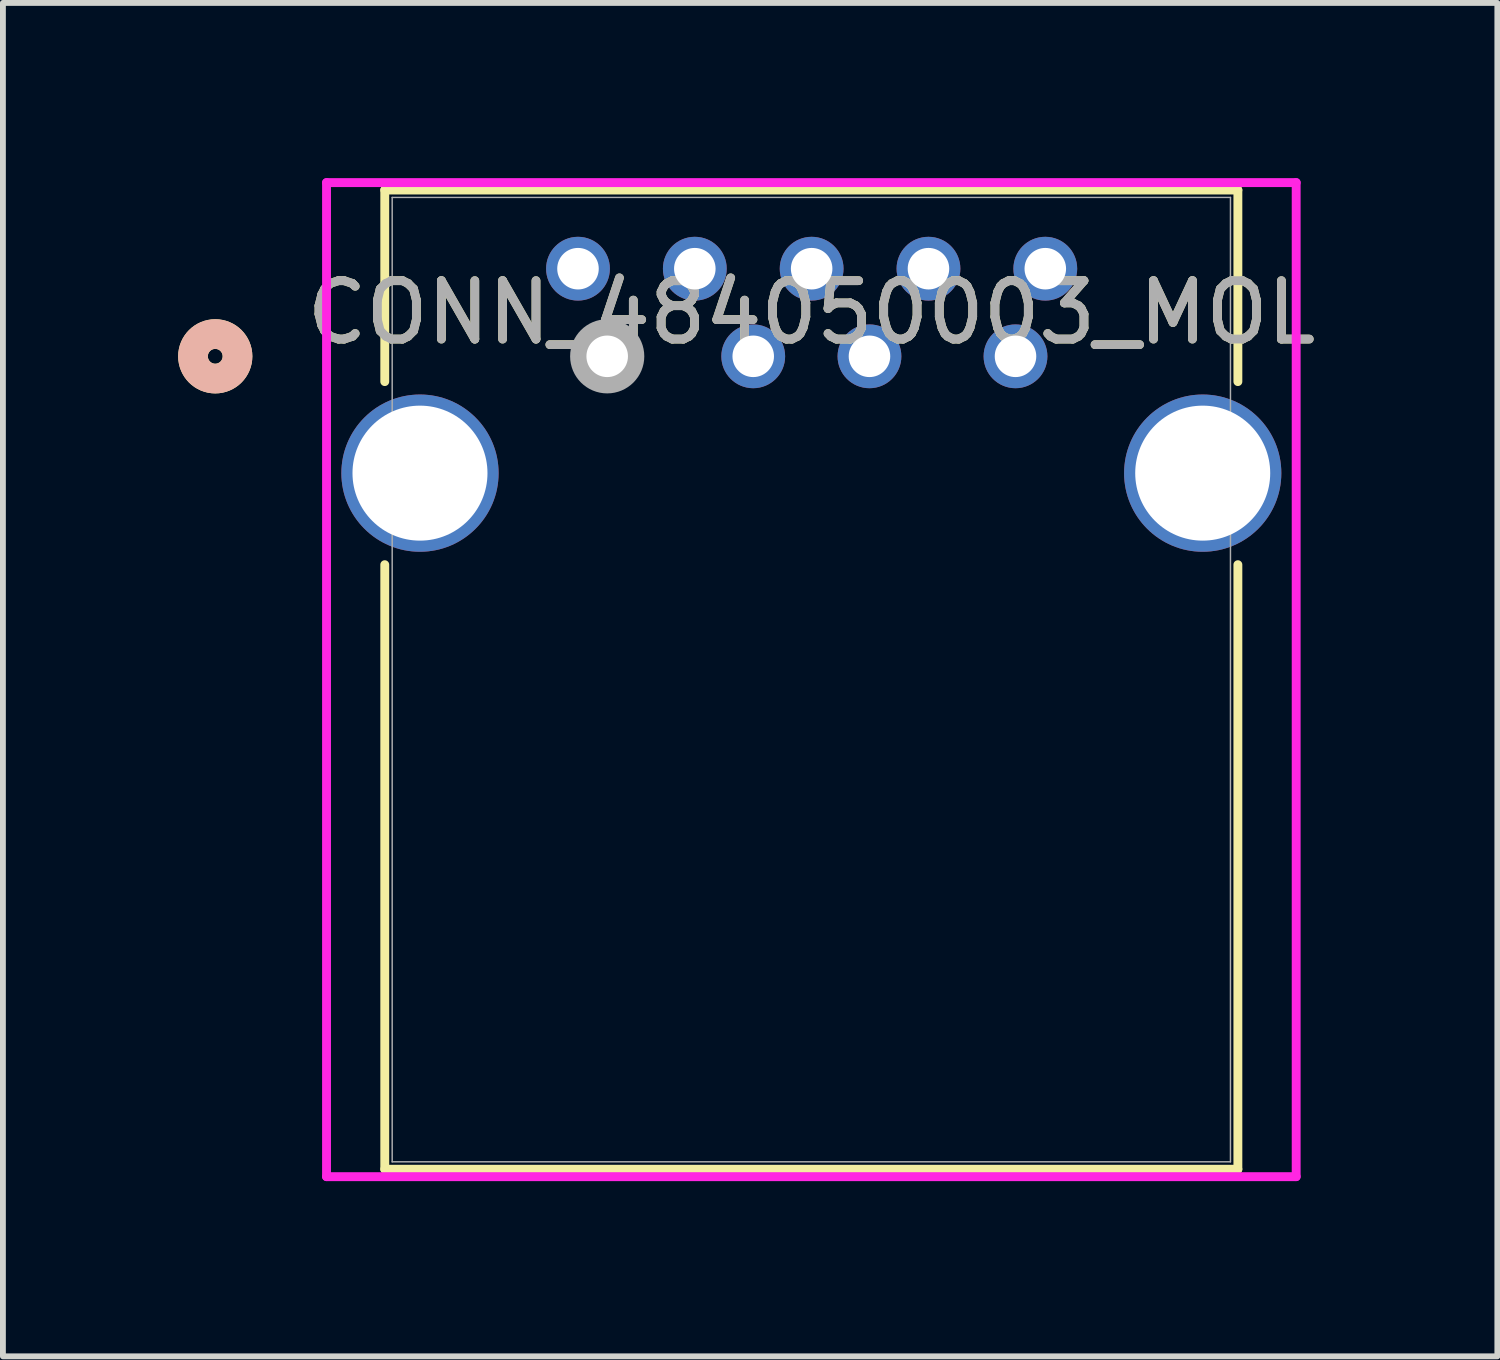
<source format=kicad_pcb>
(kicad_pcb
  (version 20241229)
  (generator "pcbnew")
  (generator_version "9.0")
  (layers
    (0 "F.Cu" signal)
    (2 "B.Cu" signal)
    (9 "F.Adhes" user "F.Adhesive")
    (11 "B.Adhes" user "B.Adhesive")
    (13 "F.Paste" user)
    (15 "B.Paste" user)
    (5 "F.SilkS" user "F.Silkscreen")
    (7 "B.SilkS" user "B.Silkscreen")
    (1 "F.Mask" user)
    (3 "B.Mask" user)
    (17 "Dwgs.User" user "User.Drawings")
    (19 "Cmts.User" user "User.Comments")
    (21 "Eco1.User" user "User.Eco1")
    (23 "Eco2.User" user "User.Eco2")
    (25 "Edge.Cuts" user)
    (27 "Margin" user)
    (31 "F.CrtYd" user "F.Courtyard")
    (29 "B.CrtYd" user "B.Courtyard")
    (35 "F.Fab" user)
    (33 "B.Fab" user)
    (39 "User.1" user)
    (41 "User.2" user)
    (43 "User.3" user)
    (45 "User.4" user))
  (footprint "CONN_484050003_MOL"
    (layer "F.Cu")
    (at 7.345 3.05)
    (property "Reference" "CONN_484050003_MOL" (at 3.495 -0.75 0) (unlocked yes) (layer "F.SilkS") (effects (font (size 1 1) (thickness 0.15))))
    (attr through_hole)
    (fp_line (start -3.808 -2.847) (end -3.808 0.433) (stroke (width 0.152) (type solid)) (layer "F.SilkS"))
    (fp_line (start -3.808 3.567) (end -3.808 13.917) (stroke (width 0.152) (type solid)) (layer "F.SilkS"))
    (fp_line (start -3.808 13.917) (end 10.797 13.917) (stroke (width 0.152) (type solid)) (layer "F.SilkS"))
    (fp_line (start 10.797 -2.847) (end -3.808 -2.847) (stroke (width 0.152) (type solid)) (layer "F.SilkS"))
    (fp_line (start 10.797 0.433) (end 10.797 -2.847) (stroke (width 0.152) (type solid)) (layer "F.SilkS"))
    (fp_line (start 10.797 13.917) (end 10.797 3.567) (stroke (width 0.152) (type solid)) (layer "F.SilkS"))
    (fp_circle (center -6.71 0) (end -6.329 0) (stroke (width 0.508) (type solid)) (fill no) (layer "F.SilkS"))
    (fp_circle (center -6.71 0) (end -6.329 0) (stroke (width 0.508) (type solid)) (fill no) (layer "B.SilkS"))
    (fp_line (start -4.805 -2.974) (end -4.805 14.044) (stroke (width 0.152) (type solid)) (layer "F.CrtYd"))
    (fp_line (start -4.805 14.044) (end 11.795 14.044) (stroke (width 0.152) (type solid)) (layer "F.CrtYd"))
    (fp_line (start 11.795 -2.974) (end -4.805 -2.974) (stroke (width 0.152) (type solid)) (layer "F.CrtYd"))
    (fp_line (start 11.795 14.044) (end 11.795 -2.974) (stroke (width 0.152) (type solid)) (layer "F.CrtYd"))
    (fp_line (start -3.681 -2.72) (end -3.681 13.79) (stroke (width 0.025) (type solid)) (layer "F.Fab"))
    (fp_line (start -3.681 13.79) (end 10.67 13.79) (stroke (width 0.025) (type solid)) (layer "F.Fab"))
    (fp_line (start 10.67 -2.72) (end -3.681 -2.72) (stroke (width 0.025) (type solid)) (layer "F.Fab"))
    (fp_line (start 10.67 13.79) (end 10.67 -2.72) (stroke (width 0.025) (type solid)) (layer "F.Fab"))
    (fp_circle (center 0 0) (end 0.381 0) (stroke (width 0.508) (type solid)) (fill no) (layer "F.Fab"))
    (fp_text user "${REFERENCE}" (at 3.495 -0.75 0) (unlocked yes) (layer "F.Fab") (effects (font (size 1 1) (thickness 0.15))))
    (pad "1" thru_hole circle (at 0 0) (size 1.092 1.092) (drill 0.711) (layers "*.Cu" "*.Mask"))
    (pad "2" thru_hole circle (at 2.5 0) (size 1.092 1.092) (drill 0.711) (layers "*.Cu" "*.Mask"))
    (pad "3" thru_hole circle (at 4.49 0) (size 1.092 1.092) (drill 0.711) (layers "*.Cu" "*.Mask"))
    (pad "4" thru_hole circle (at 6.99 0) (size 1.092 1.092) (drill 0.711) (layers "*.Cu" "*.Mask"))
    (pad "5" thru_hole circle (at 7.5 -1.5) (size 1.092 1.092) (drill 0.711) (layers "*.Cu" "*.Mask"))
    (pad "6" thru_hole circle (at 5.5 -1.5) (size 1.092 1.092) (drill 0.711) (layers "*.Cu" "*.Mask"))
    (pad "7" thru_hole circle (at 3.5 -1.5) (size 1.092 1.092) (drill 0.711) (layers "*.Cu" "*.Mask"))
    (pad "8" thru_hole circle (at 1.5 -1.5) (size 1.092 1.092) (drill 0.711) (layers "*.Cu" "*.Mask"))
    (pad "9" thru_hole circle (at -0.5 -1.5) (size 1.092 1.092) (drill 0.711) (layers "*.Cu" "*.Mask"))
    (pad "10" thru_hole circle (at -3.205 2) (size 2.692 2.692) (drill 2.311) (layers "*.Cu" "*.Mask"))
    (pad "11" thru_hole circle (at 10.195 2) (size 2.692 2.692) (drill 2.311) (layers "*.Cu" "*.Mask")))
  (gr_rect
    (start -3 -3)
    (end 22.584 20.17)
    (stroke (width 0.1) (type default))
    (fill no)
    (layer "Edge.Cuts")))
</source>
